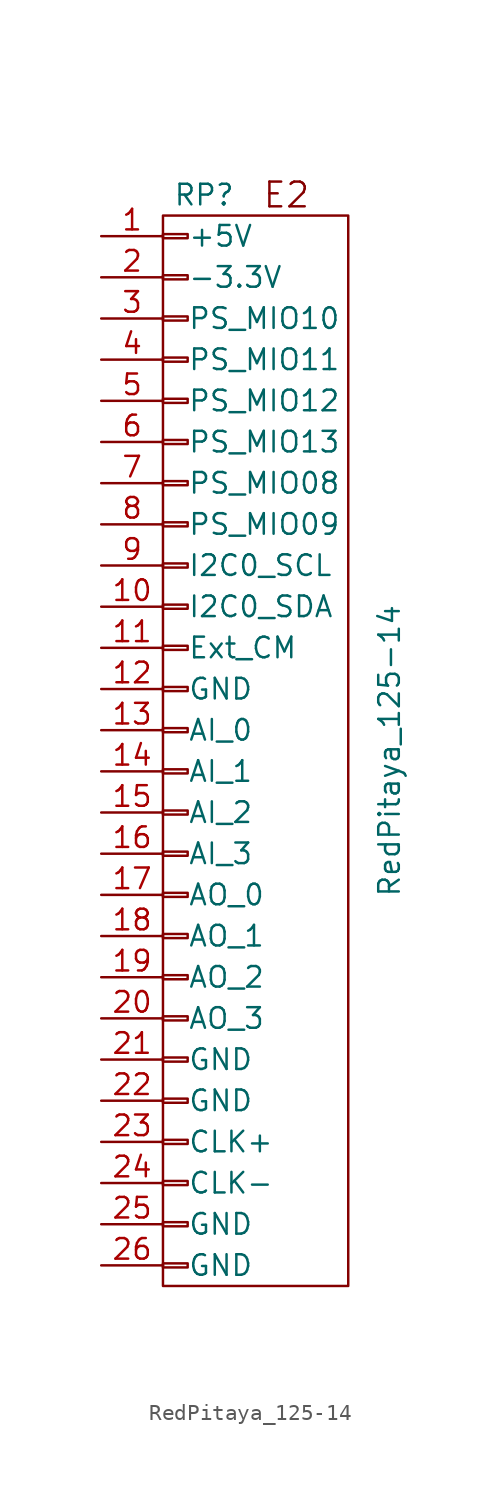
<source format=kicad_sym>
(kicad_symbol_lib
  (version 20211014)
  (generator kicad_symbol_editor)
  (symbol "RedPitaya_125-14"
    (pin_names
      (offset 1.524))
    (property "Reference" "RP"
      (at 1.27 34.29 0)
      (effects (font (size 1.27 1.27))))
    (property "Value" "RedPitaya_125-14"
      (at 12.7 0 90)
      (effects (font (size 1.27 1.27))))
    (symbol "RedPitaya_125-14_0_0"
      (text "E2" (at 6.35 34.29 0) (effects (font (size 1.524 1.524)))))
    (symbol "RedPitaya_125-14_0_1"
      (rectangle (start -1.27 -33.02) (end 10.16 33.02) (stroke (width 0) (type default) (color 0 0 0 0)) (fill (type none)))
      (rectangle (start -1.27 -31.623) (end 0.254 -31.877) (stroke (width 0) (type default) (color 0 0 0 0)) (fill (type none)))
      (rectangle (start -1.27 -29.083) (end 0.254 -29.337) (stroke (width 0) (type default) (color 0 0 0 0)) (fill (type none)))
      (rectangle (start -1.27 -26.543) (end 0.254 -26.797) (stroke (width 0) (type default) (color 0 0 0 0)) (fill (type none)))
      (rectangle (start -1.27 -24.003) (end 0.254 -24.257) (stroke (width 0) (type default) (color 0 0 0 0)) (fill (type none)))
      (rectangle (start -1.27 -21.463) (end 0.254 -21.717) (stroke (width 0) (type default) (color 0 0 0 0)) (fill (type none)))
      (rectangle (start -1.27 -18.923) (end 0.254 -19.177) (stroke (width 0) (type default) (color 0 0 0 0)) (fill (type none)))
      (rectangle (start -1.27 -16.383) (end 0.254 -16.637) (stroke (width 0) (type default) (color 0 0 0 0)) (fill (type none)))
      (rectangle (start -1.27 -13.843) (end 0.254 -14.097) (stroke (width 0) (type default) (color 0 0 0 0)) (fill (type none)))
      (rectangle (start -1.27 -11.303) (end 0.254 -11.557) (stroke (width 0) (type default) (color 0 0 0 0)) (fill (type none)))
      (rectangle (start -1.27 -8.763) (end 0.254 -9.017) (stroke (width 0) (type default) (color 0 0 0 0)) (fill (type none)))
      (rectangle (start -1.27 -6.223) (end 0.254 -6.477) (stroke (width 0) (type default) (color 0 0 0 0)) (fill (type none)))
      (rectangle (start -1.27 -3.683) (end 0.254 -3.937) (stroke (width 0) (type default) (color 0 0 0 0)) (fill (type none)))
      (rectangle (start -1.27 -1.143) (end 0.254 -1.397) (stroke (width 0) (type default) (color 0 0 0 0)) (fill (type none)))
      (rectangle (start -1.27 1.397) (end 0.254 1.143) (stroke (width 0) (type default) (color 0 0 0 0)) (fill (type none)))
      (rectangle (start -1.27 3.937) (end 0.254 3.683) (stroke (width 0) (type default) (color 0 0 0 0)) (fill (type none)))
      (rectangle (start -1.27 6.477) (end 0.254 6.223) (stroke (width 0) (type default) (color 0 0 0 0)) (fill (type none)))
      (rectangle (start -1.27 9.017) (end 0.254 8.763) (stroke (width 0) (type default) (color 0 0 0 0)) (fill (type none)))
      (rectangle (start -1.27 11.557) (end 0.254 11.303) (stroke (width 0) (type default) (color 0 0 0 0)) (fill (type none)))
      (rectangle (start -1.27 14.097) (end 0.254 13.843) (stroke (width 0) (type default) (color 0 0 0 0)) (fill (type none)))
      (rectangle (start -1.27 16.637) (end 0.254 16.383) (stroke (width 0) (type default) (color 0 0 0 0)) (fill (type none)))
      (rectangle (start -1.27 19.177) (end 0.254 18.923) (stroke (width 0) (type default) (color 0 0 0 0)) (fill (type none)))
      (rectangle (start -1.27 21.717) (end 0.254 21.463) (stroke (width 0) (type default) (color 0 0 0 0)) (fill (type none)))
      (rectangle (start -1.27 24.257) (end 0.254 24.003) (stroke (width 0) (type default) (color 0 0 0 0)) (fill (type none)))
      (rectangle (start -1.27 26.797) (end 0.254 26.543) (stroke (width 0) (type default) (color 0 0 0 0)) (fill (type none)))
      (rectangle (start -1.27 29.337) (end 0.254 29.083) (stroke (width 0) (type default) (color 0 0 0 0)) (fill (type none)))
      (rectangle (start -1.27 31.877) (end 0.254 31.623) (stroke (width 0) (type default) (color 0 0 0 0)) (fill (type none))))
    (symbol "RedPitaya_125-14_1_1"
      (pin input line (at -5.08 31.75 0) (length 3.81) (name "+5V" (effects (font (size 1.27 1.27)))) (number "1" (effects (font (size 1.27 1.27)))))
      (pin passive line (at -5.08 8.89 0) (length 3.81) (name "I2C0_SDA" (effects (font (size 1.27 1.27)))) (number "10" (effects (font (size 1.27 1.27)))))
      (pin passive line (at -5.08 6.35 0) (length 3.81) (name "Ext_CM" (effects (font (size 1.27 1.27)))) (number "11" (effects (font (size 1.27 1.27)))))
      (pin passive line (at -5.08 3.81 0) (length 3.81) (name "GND" (effects (font (size 1.27 1.27)))) (number "12" (effects (font (size 1.27 1.27)))))
      (pin passive line (at -5.08 1.27 0) (length 3.81) (name "AI_0" (effects (font (size 1.27 1.27)))) (number "13" (effects (font (size 1.27 1.27)))))
      (pin passive line (at -5.08 -1.27 0) (length 3.81) (name "AI_1" (effects (font (size 1.27 1.27)))) (number "14" (effects (font (size 1.27 1.27)))))
      (pin passive line (at -5.08 -3.81 0) (length 3.81) (name "AI_2" (effects (font (size 1.27 1.27)))) (number "15" (effects (font (size 1.27 1.27)))))
      (pin passive line (at -5.08 -6.35 0) (length 3.81) (name "AI_3" (effects (font (size 1.27 1.27)))) (number "16" (effects (font (size 1.27 1.27)))))
      (pin passive line (at -5.08 -8.89 0) (length 3.81) (name "AO_0" (effects (font (size 1.27 1.27)))) (number "17" (effects (font (size 1.27 1.27)))))
      (pin passive line (at -5.08 -11.43 0) (length 3.81) (name "AO_1" (effects (font (size 1.27 1.27)))) (number "18" (effects (font (size 1.27 1.27)))))
      (pin passive line (at -5.08 -13.97 0) (length 3.81) (name "AO_2" (effects (font (size 1.27 1.27)))) (number "19" (effects (font (size 1.27 1.27)))))
      (pin passive line (at -5.08 29.21 0) (length 3.81) (name "-3.3V" (effects (font (size 1.27 1.27)))) (number "2" (effects (font (size 1.27 1.27)))))
      (pin passive line (at -5.08 -16.51 0) (length 3.81) (name "AO_3" (effects (font (size 1.27 1.27)))) (number "20" (effects (font (size 1.27 1.27)))))
      (pin passive line (at -5.08 -19.05 0) (length 3.81) (name "GND" (effects (font (size 1.27 1.27)))) (number "21" (effects (font (size 1.27 1.27)))))
      (pin passive line (at -5.08 -21.59 0) (length 3.81) (name "GND" (effects (font (size 1.27 1.27)))) (number "22" (effects (font (size 1.27 1.27)))))
      (pin passive line (at -5.08 -24.13 0) (length 3.81) (name "CLK+" (effects (font (size 1.27 1.27)))) (number "23" (effects (font (size 1.27 1.27)))))
      (pin passive line (at -5.08 -26.67 0) (length 3.81) (name "CLK-" (effects (font (size 1.27 1.27)))) (number "24" (effects (font (size 1.27 1.27)))))
      (pin passive line (at -5.08 -29.21 0) (length 3.81) (name "GND" (effects (font (size 1.27 1.27)))) (number "25" (effects (font (size 1.27 1.27)))))
      (pin passive line (at -5.08 -31.75 0) (length 3.81) (name "GND" (effects (font (size 1.27 1.27)))) (number "26" (effects (font (size 1.27 1.27)))))
      (pin passive line (at -5.08 26.67 0) (length 3.81) (name "PS_MIO10" (effects (font (size 1.27 1.27)))) (number "3" (effects (font (size 1.27 1.27)))))
      (pin passive line (at -5.08 24.13 0) (length 3.81) (name "PS_MIO11" (effects (font (size 1.27 1.27)))) (number "4" (effects (font (size 1.27 1.27)))))
      (pin passive line (at -5.08 21.59 0) (length 3.81) (name "PS_MIO12" (effects (font (size 1.27 1.27)))) (number "5" (effects (font (size 1.27 1.27)))))
      (pin passive line (at -5.08 19.05 0) (length 3.81) (name "PS_MIO13" (effects (font (size 1.27 1.27)))) (number "6" (effects (font (size 1.27 1.27)))))
      (pin passive line (at -5.08 16.51 0) (length 3.81) (name "PS_MIO08" (effects (font (size 1.27 1.27)))) (number "7" (effects (font (size 1.27 1.27)))))
      (pin passive line (at -5.08 13.97 0) (length 3.81) (name "PS_MIO09" (effects (font (size 1.27 1.27)))) (number "8" (effects (font (size 1.27 1.27)))))
      (pin passive line (at -5.08 11.43 0) (length 3.81) (name "I2C0_SCL" (effects (font (size 1.27 1.27)))) (number "9" (effects (font (size 1.27 1.27))))))))
</source>
